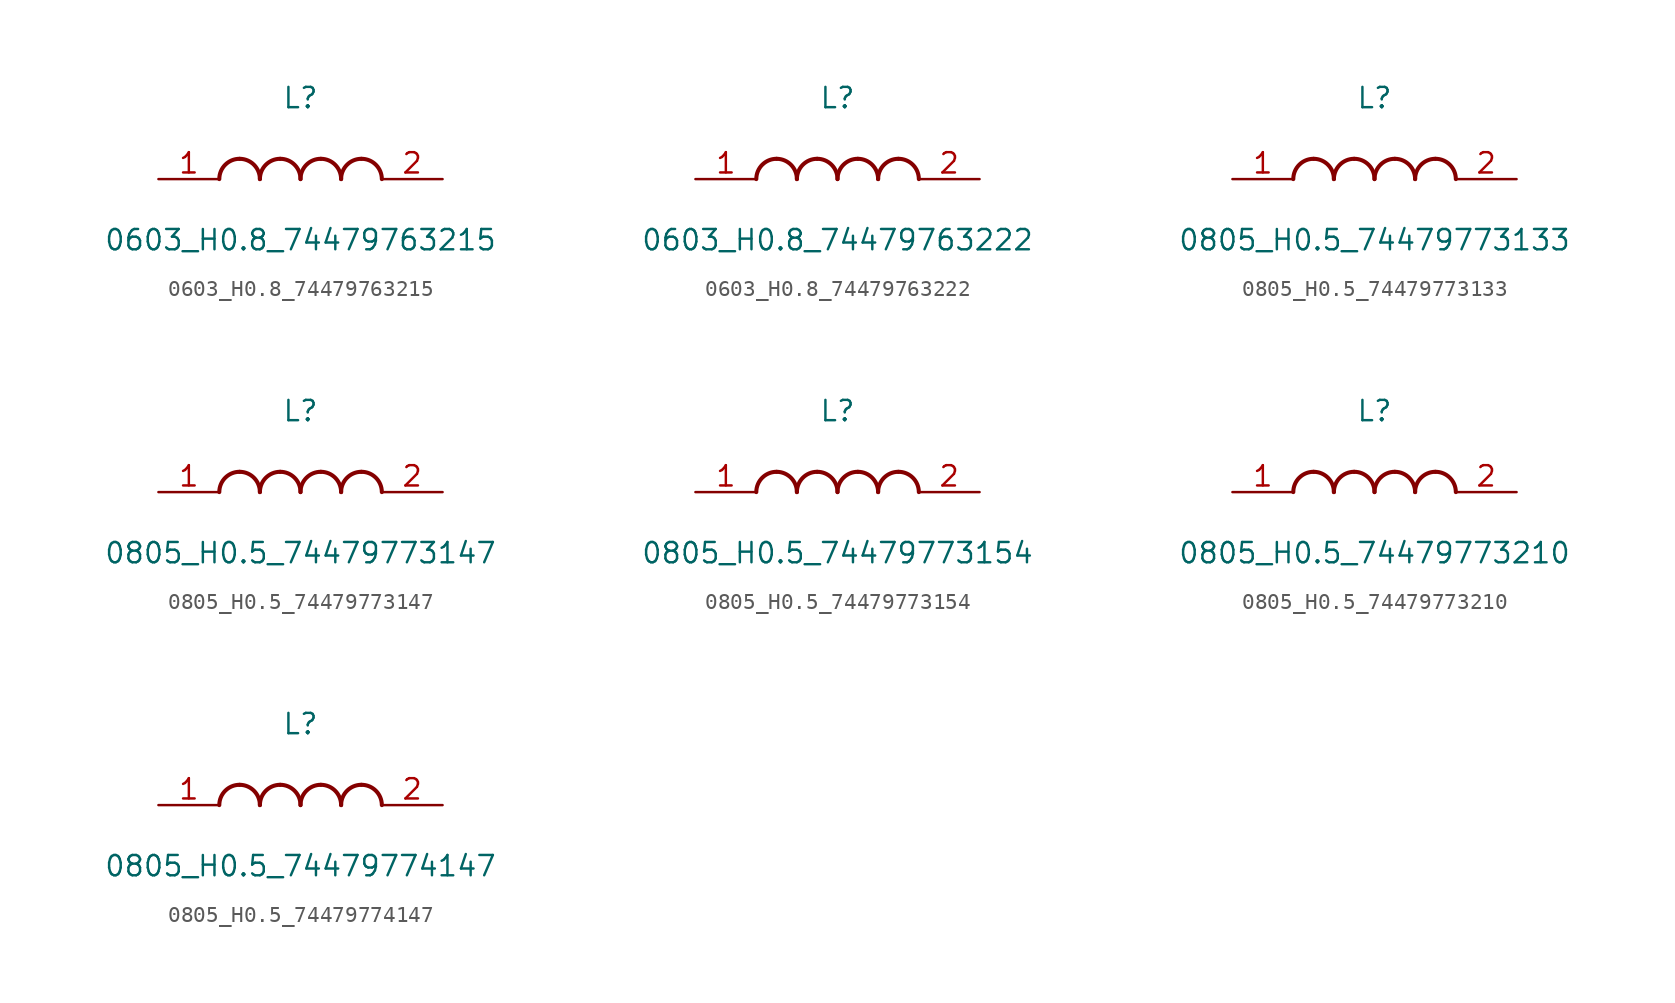
<source format=kicad_sym>
(kicad_symbol_lib
  (version 20211014)
  (generator kicad_symbol_editor)
  (symbol "Inductor_Wurth_WE-PMI:0603_H0.8_74479763215"
    (pin_names hide)
    (property "Reference" "L"
      (at 0 5.08 0)
      (effects (font (size 1.27 1.27))))
    (property "Value" "0603_H0.8_74479763215"
      (at 0 -3.81 0)
      (effects (font (size 1.27 1.27))))
    (symbol "0603_H0.8_74479763215_0_1"
      (arc (start -3.81 1.27) (mid -4.708 0.898) (end -5.08 0) (stroke (width 0.254) (type default) (color 0 0 0 0)) (fill (type none)))
      (arc (start -2.54 0) (mid -2.912 0.898) (end -3.81 1.27) (stroke (width 0.254) (type default) (color 0 0 0 0)) (fill (type none)))
      (arc (start -1.2699 1.2701) (mid -2.1679 0.8981) (end -2.5399 0.0001) (stroke (width 0.254) (type default) (color 0 0 0 0)) (fill (type none)))
      (arc (start 0.0001 0.0001) (mid -0.3719 0.8981) (end -1.2699 1.2701) (stroke (width 0.254) (type default) (color 0 0 0 0)) (fill (type none)))
      (arc (start 1.2701 1.2701) (mid 0.3721 0.8981) (end 0.0001 0.0001) (stroke (width 0.254) (type default) (color 0 0 0 0)) (fill (type none)))
      (arc (start 2.5401 0.0001) (mid 2.1681 0.8981) (end 1.2701 1.2701) (stroke (width 0.254) (type default) (color 0 0 0 0)) (fill (type none)))
      (arc (start 3.8101 1.2701) (mid 2.9121 0.8981) (end 2.5401 0.0001) (stroke (width 0.254) (type default) (color 0 0 0 0)) (fill (type none)))
      (arc (start 5.0801 0.0001) (mid 4.7081 0.8981) (end 3.8101 1.2701) (stroke (width 0.254) (type default) (color 0 0 0 0)) (fill (type none))))
    (symbol "0603_H0.8_74479763215_1_1"
      (pin passive line (at -8.89 0 0) (length 3.81) (name "1" (effects (font (size 1.27 1.27)))) (number "1" (effects (font (size 1.27 1.27)))))
      (pin passive line (at 8.89 0 180) (length 3.81) (name "2" (effects (font (size 1.27 1.27)))) (number "2" (effects (font (size 1.27 1.27)))))))
  (symbol "Inductor_Wurth_WE-PMI:0603_H0.8_74479763222"
    (pin_names hide)
    (property "Reference" "L"
      (at 0 5.08 0)
      (effects (font (size 1.27 1.27))))
    (property "Value" "0603_H0.8_74479763222"
      (at 0 -3.81 0)
      (effects (font (size 1.27 1.27))))
    (symbol "0603_H0.8_74479763222_0_1"
      (arc (start -3.81 1.27) (mid -4.708 0.898) (end -5.08 0) (stroke (width 0.254) (type default) (color 0 0 0 0)) (fill (type none)))
      (arc (start -2.54 0) (mid -2.912 0.898) (end -3.81 1.27) (stroke (width 0.254) (type default) (color 0 0 0 0)) (fill (type none)))
      (arc (start -1.2699 1.2701) (mid -2.1679 0.8981) (end -2.5399 0.0001) (stroke (width 0.254) (type default) (color 0 0 0 0)) (fill (type none)))
      (arc (start 0.0001 0.0001) (mid -0.3719 0.8981) (end -1.2699 1.2701) (stroke (width 0.254) (type default) (color 0 0 0 0)) (fill (type none)))
      (arc (start 1.2701 1.2701) (mid 0.3721 0.8981) (end 0.0001 0.0001) (stroke (width 0.254) (type default) (color 0 0 0 0)) (fill (type none)))
      (arc (start 2.5401 0.0001) (mid 2.1681 0.8981) (end 1.2701 1.2701) (stroke (width 0.254) (type default) (color 0 0 0 0)) (fill (type none)))
      (arc (start 3.8101 1.2701) (mid 2.9121 0.8981) (end 2.5401 0.0001) (stroke (width 0.254) (type default) (color 0 0 0 0)) (fill (type none)))
      (arc (start 5.0801 0.0001) (mid 4.7081 0.8981) (end 3.8101 1.2701) (stroke (width 0.254) (type default) (color 0 0 0 0)) (fill (type none))))
    (symbol "0603_H0.8_74479763222_1_1"
      (pin passive line (at -8.89 0 0) (length 3.81) (name "1" (effects (font (size 1.27 1.27)))) (number "1" (effects (font (size 1.27 1.27)))))
      (pin passive line (at 8.89 0 180) (length 3.81) (name "2" (effects (font (size 1.27 1.27)))) (number "2" (effects (font (size 1.27 1.27)))))))
  (symbol "Inductor_Wurth_WE-PMI:0805_H0.5_74479773133"
    (pin_names hide)
    (property "Reference" "L"
      (at 0 5.08 0)
      (effects (font (size 1.27 1.27))))
    (property "Value" "0805_H0.5_74479773133"
      (at 0 -3.81 0)
      (effects (font (size 1.27 1.27))))
    (symbol "0805_H0.5_74479773133_0_1"
      (arc (start -3.81 1.27) (mid -4.708 0.898) (end -5.08 0) (stroke (width 0.254) (type default) (color 0 0 0 0)) (fill (type none)))
      (arc (start -2.54 0) (mid -2.912 0.898) (end -3.81 1.27) (stroke (width 0.254) (type default) (color 0 0 0 0)) (fill (type none)))
      (arc (start -1.2699 1.2701) (mid -2.1679 0.8981) (end -2.5399 0.0001) (stroke (width 0.254) (type default) (color 0 0 0 0)) (fill (type none)))
      (arc (start 0.0001 0.0001) (mid -0.3719 0.8981) (end -1.2699 1.2701) (stroke (width 0.254) (type default) (color 0 0 0 0)) (fill (type none)))
      (arc (start 1.2701 1.2701) (mid 0.3721 0.8981) (end 0.0001 0.0001) (stroke (width 0.254) (type default) (color 0 0 0 0)) (fill (type none)))
      (arc (start 2.5401 0.0001) (mid 2.1681 0.8981) (end 1.2701 1.2701) (stroke (width 0.254) (type default) (color 0 0 0 0)) (fill (type none)))
      (arc (start 3.8101 1.2701) (mid 2.9121 0.8981) (end 2.5401 0.0001) (stroke (width 0.254) (type default) (color 0 0 0 0)) (fill (type none)))
      (arc (start 5.0801 0.0001) (mid 4.7081 0.8981) (end 3.8101 1.2701) (stroke (width 0.254) (type default) (color 0 0 0 0)) (fill (type none))))
    (symbol "0805_H0.5_74479773133_1_1"
      (pin passive line (at -8.89 0 0) (length 3.81) (name "1" (effects (font (size 1.27 1.27)))) (number "1" (effects (font (size 1.27 1.27)))))
      (pin passive line (at 8.89 0 180) (length 3.81) (name "2" (effects (font (size 1.27 1.27)))) (number "2" (effects (font (size 1.27 1.27)))))))
  (symbol "Inductor_Wurth_WE-PMI:0805_H0.5_74479773147"
    (pin_names hide)
    (property "Reference" "L"
      (at 0 5.08 0)
      (effects (font (size 1.27 1.27))))
    (property "Value" "0805_H0.5_74479773147"
      (at 0 -3.81 0)
      (effects (font (size 1.27 1.27))))
    (symbol "0805_H0.5_74479773147_0_1"
      (arc (start -3.81 1.27) (mid -4.708 0.898) (end -5.08 0) (stroke (width 0.254) (type default) (color 0 0 0 0)) (fill (type none)))
      (arc (start -2.54 0) (mid -2.912 0.898) (end -3.81 1.27) (stroke (width 0.254) (type default) (color 0 0 0 0)) (fill (type none)))
      (arc (start -1.2699 1.2701) (mid -2.1679 0.8981) (end -2.5399 0.0001) (stroke (width 0.254) (type default) (color 0 0 0 0)) (fill (type none)))
      (arc (start 0.0001 0.0001) (mid -0.3719 0.8981) (end -1.2699 1.2701) (stroke (width 0.254) (type default) (color 0 0 0 0)) (fill (type none)))
      (arc (start 1.2701 1.2701) (mid 0.3721 0.8981) (end 0.0001 0.0001) (stroke (width 0.254) (type default) (color 0 0 0 0)) (fill (type none)))
      (arc (start 2.5401 0.0001) (mid 2.1681 0.8981) (end 1.2701 1.2701) (stroke (width 0.254) (type default) (color 0 0 0 0)) (fill (type none)))
      (arc (start 3.8101 1.2701) (mid 2.9121 0.8981) (end 2.5401 0.0001) (stroke (width 0.254) (type default) (color 0 0 0 0)) (fill (type none)))
      (arc (start 5.0801 0.0001) (mid 4.7081 0.8981) (end 3.8101 1.2701) (stroke (width 0.254) (type default) (color 0 0 0 0)) (fill (type none))))
    (symbol "0805_H0.5_74479773147_1_1"
      (pin passive line (at -8.89 0 0) (length 3.81) (name "1" (effects (font (size 1.27 1.27)))) (number "1" (effects (font (size 1.27 1.27)))))
      (pin passive line (at 8.89 0 180) (length 3.81) (name "2" (effects (font (size 1.27 1.27)))) (number "2" (effects (font (size 1.27 1.27)))))))
  (symbol "Inductor_Wurth_WE-PMI:0805_H0.5_74479773154"
    (pin_names hide)
    (property "Reference" "L"
      (at 0 5.08 0)
      (effects (font (size 1.27 1.27))))
    (property "Value" "0805_H0.5_74479773154"
      (at 0 -3.81 0)
      (effects (font (size 1.27 1.27))))
    (symbol "0805_H0.5_74479773154_0_1"
      (arc (start -3.81 1.27) (mid -4.708 0.898) (end -5.08 0) (stroke (width 0.254) (type default) (color 0 0 0 0)) (fill (type none)))
      (arc (start -2.54 0) (mid -2.912 0.898) (end -3.81 1.27) (stroke (width 0.254) (type default) (color 0 0 0 0)) (fill (type none)))
      (arc (start -1.2699 1.2701) (mid -2.1679 0.8981) (end -2.5399 0.0001) (stroke (width 0.254) (type default) (color 0 0 0 0)) (fill (type none)))
      (arc (start 0.0001 0.0001) (mid -0.3719 0.8981) (end -1.2699 1.2701) (stroke (width 0.254) (type default) (color 0 0 0 0)) (fill (type none)))
      (arc (start 1.2701 1.2701) (mid 0.3721 0.8981) (end 0.0001 0.0001) (stroke (width 0.254) (type default) (color 0 0 0 0)) (fill (type none)))
      (arc (start 2.5401 0.0001) (mid 2.1681 0.8981) (end 1.2701 1.2701) (stroke (width 0.254) (type default) (color 0 0 0 0)) (fill (type none)))
      (arc (start 3.8101 1.2701) (mid 2.9121 0.8981) (end 2.5401 0.0001) (stroke (width 0.254) (type default) (color 0 0 0 0)) (fill (type none)))
      (arc (start 5.0801 0.0001) (mid 4.7081 0.8981) (end 3.8101 1.2701) (stroke (width 0.254) (type default) (color 0 0 0 0)) (fill (type none))))
    (symbol "0805_H0.5_74479773154_1_1"
      (pin passive line (at -8.89 0 0) (length 3.81) (name "1" (effects (font (size 1.27 1.27)))) (number "1" (effects (font (size 1.27 1.27)))))
      (pin passive line (at 8.89 0 180) (length 3.81) (name "2" (effects (font (size 1.27 1.27)))) (number "2" (effects (font (size 1.27 1.27)))))))
  (symbol "Inductor_Wurth_WE-PMI:0805_H0.5_74479773210"
    (pin_names hide)
    (property "Reference" "L"
      (at 0 5.08 0)
      (effects (font (size 1.27 1.27))))
    (property "Value" "0805_H0.5_74479773210"
      (at 0 -3.81 0)
      (effects (font (size 1.27 1.27))))
    (symbol "0805_H0.5_74479773210_0_1"
      (arc (start -3.81 1.27) (mid -4.708 0.898) (end -5.08 0) (stroke (width 0.254) (type default) (color 0 0 0 0)) (fill (type none)))
      (arc (start -2.54 0) (mid -2.912 0.898) (end -3.81 1.27) (stroke (width 0.254) (type default) (color 0 0 0 0)) (fill (type none)))
      (arc (start -1.2699 1.2701) (mid -2.1679 0.8981) (end -2.5399 0.0001) (stroke (width 0.254) (type default) (color 0 0 0 0)) (fill (type none)))
      (arc (start 0.0001 0.0001) (mid -0.3719 0.8981) (end -1.2699 1.2701) (stroke (width 0.254) (type default) (color 0 0 0 0)) (fill (type none)))
      (arc (start 1.2701 1.2701) (mid 0.3721 0.8981) (end 0.0001 0.0001) (stroke (width 0.254) (type default) (color 0 0 0 0)) (fill (type none)))
      (arc (start 2.5401 0.0001) (mid 2.1681 0.8981) (end 1.2701 1.2701) (stroke (width 0.254) (type default) (color 0 0 0 0)) (fill (type none)))
      (arc (start 3.8101 1.2701) (mid 2.9121 0.8981) (end 2.5401 0.0001) (stroke (width 0.254) (type default) (color 0 0 0 0)) (fill (type none)))
      (arc (start 5.0801 0.0001) (mid 4.7081 0.8981) (end 3.8101 1.2701) (stroke (width 0.254) (type default) (color 0 0 0 0)) (fill (type none))))
    (symbol "0805_H0.5_74479773210_1_1"
      (pin passive line (at -8.89 0 0) (length 3.81) (name "1" (effects (font (size 1.27 1.27)))) (number "1" (effects (font (size 1.27 1.27)))))
      (pin passive line (at 8.89 0 180) (length 3.81) (name "2" (effects (font (size 1.27 1.27)))) (number "2" (effects (font (size 1.27 1.27)))))))
  (symbol "Inductor_Wurth_WE-PMI:0805_H0.5_74479774147"
    (pin_names hide)
    (property "Reference" "L"
      (at 0 5.08 0)
      (effects (font (size 1.27 1.27))))
    (property "Value" "0805_H0.5_74479774147"
      (at 0 -3.81 0)
      (effects (font (size 1.27 1.27))))
    (symbol "0805_H0.5_74479774147_0_1"
      (arc (start -3.81 1.27) (mid -4.708 0.898) (end -5.08 0) (stroke (width 0.254) (type default) (color 0 0 0 0)) (fill (type none)))
      (arc (start -2.54 0) (mid -2.912 0.898) (end -3.81 1.27) (stroke (width 0.254) (type default) (color 0 0 0 0)) (fill (type none)))
      (arc (start -1.2699 1.2701) (mid -2.1679 0.8981) (end -2.5399 0.0001) (stroke (width 0.254) (type default) (color 0 0 0 0)) (fill (type none)))
      (arc (start 0.0001 0.0001) (mid -0.3719 0.8981) (end -1.2699 1.2701) (stroke (width 0.254) (type default) (color 0 0 0 0)) (fill (type none)))
      (arc (start 1.2701 1.2701) (mid 0.3721 0.8981) (end 0.0001 0.0001) (stroke (width 0.254) (type default) (color 0 0 0 0)) (fill (type none)))
      (arc (start 2.5401 0.0001) (mid 2.1681 0.8981) (end 1.2701 1.2701) (stroke (width 0.254) (type default) (color 0 0 0 0)) (fill (type none)))
      (arc (start 3.8101 1.2701) (mid 2.9121 0.8981) (end 2.5401 0.0001) (stroke (width 0.254) (type default) (color 0 0 0 0)) (fill (type none)))
      (arc (start 5.0801 0.0001) (mid 4.7081 0.8981) (end 3.8101 1.2701) (stroke (width 0.254) (type default) (color 0 0 0 0)) (fill (type none))))
    (symbol "0805_H0.5_74479774147_1_1"
      (pin passive line (at -8.89 0 0) (length 3.81) (name "1" (effects (font (size 1.27 1.27)))) (number "1" (effects (font (size 1.27 1.27)))))
      (pin passive line (at 8.89 0 180) (length 3.81) (name "2" (effects (font (size 1.27 1.27)))) (number "2" (effects (font (size 1.27 1.27))))))))
</source>
